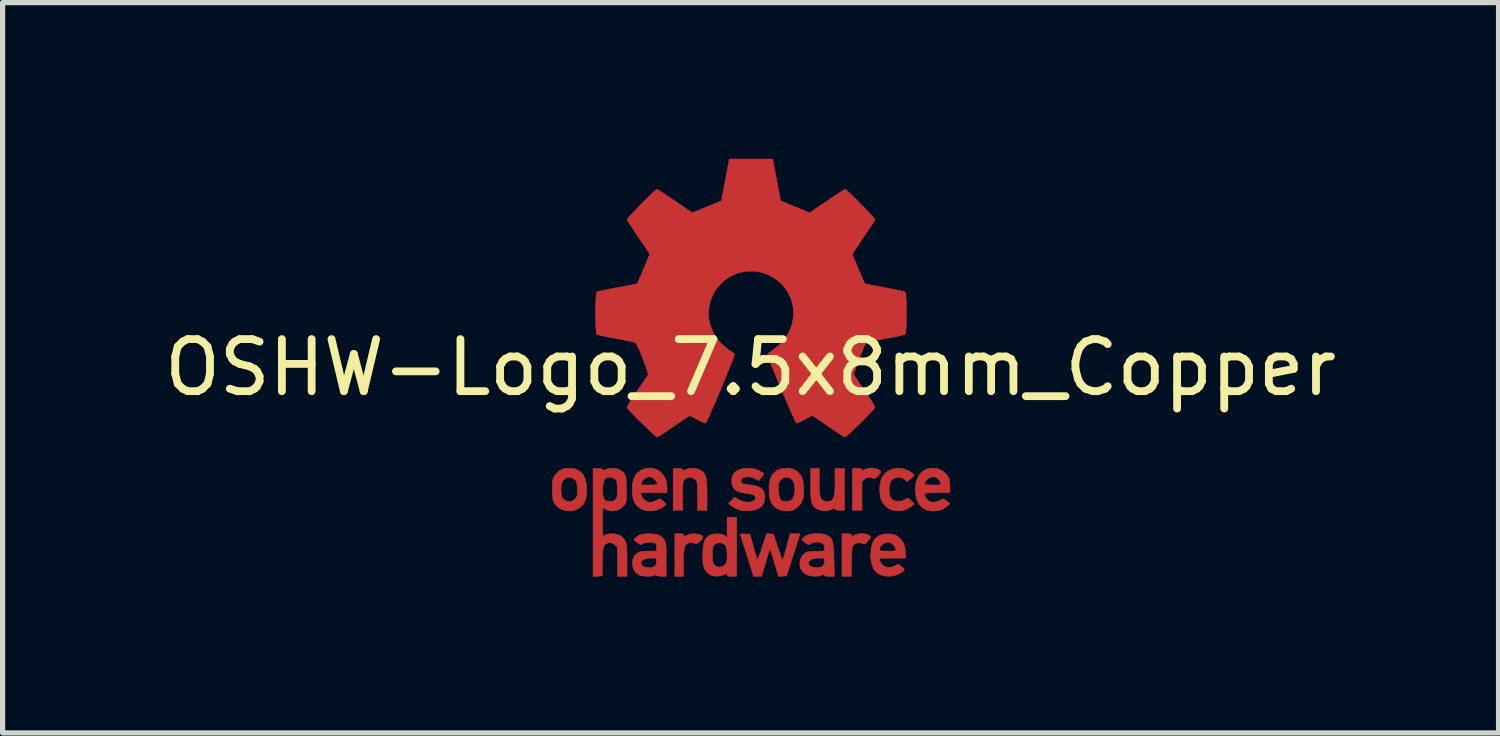
<source format=kicad_pcb>
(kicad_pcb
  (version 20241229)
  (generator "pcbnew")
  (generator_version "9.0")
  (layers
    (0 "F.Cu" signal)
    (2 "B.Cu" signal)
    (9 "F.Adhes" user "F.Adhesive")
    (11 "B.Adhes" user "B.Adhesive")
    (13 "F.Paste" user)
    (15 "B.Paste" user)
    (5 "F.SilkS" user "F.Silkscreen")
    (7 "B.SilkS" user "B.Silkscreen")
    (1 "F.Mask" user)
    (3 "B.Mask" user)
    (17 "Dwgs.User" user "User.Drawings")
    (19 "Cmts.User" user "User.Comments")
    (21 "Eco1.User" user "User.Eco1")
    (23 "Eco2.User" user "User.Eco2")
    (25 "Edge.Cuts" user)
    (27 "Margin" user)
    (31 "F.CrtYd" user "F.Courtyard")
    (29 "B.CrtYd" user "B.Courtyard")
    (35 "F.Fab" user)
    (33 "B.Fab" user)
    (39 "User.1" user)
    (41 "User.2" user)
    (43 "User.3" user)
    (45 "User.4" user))
  (footprint "OSHW-Logo_7.5x8mm_Copper"
    (layer "F.Cu")
    (at 11.363 4.007)
    (property "Reference" "OSHW-Logo_7.5x8mm_Copper" (at 0 0 0) (layer "F.SilkS") (effects (font (size 1 1) (thickness 0.15))))
    (attr board_only exclude_from_pos_files exclude_from_bom allow_missing_courtyard)
    (fp_poly (pts (xy 2.391 1.938) (xy 2.449 1.955) (xy 2.486 1.977) (xy 2.498 1.995) (xy 2.495 2.016) (xy 2.473 2.048) (xy 2.455 2.072) (xy 2.417 2.113) (xy 2.389 2.131) (xy 2.365 2.13) (xy 2.294 2.112) (xy 2.241 2.113) (xy 2.199 2.133) (xy 2.185 2.145) (xy 2.139 2.187) (xy 2.139 2.741) (xy 1.955 2.741) (xy 1.955 1.938) (xy 2.047 1.938) (xy 2.102 1.941) (xy 2.131 1.948) (xy 2.139 1.963) (xy 2.139 1.964) (xy 2.143 1.98) (xy 2.16 1.978) (xy 2.185 1.966) (xy 2.235 1.945) (xy 2.276 1.932) (xy 2.329 1.929) (xy 2.391 1.938)) (stroke (width 0.01) (type solid)) (fill yes) (layer "F.Cu"))
    (fp_poly (pts (xy 2.173 3.191) (xy 2.237 3.204) (xy 2.274 3.223) (xy 2.312 3.254) (xy 2.258 3.323) (xy 2.224 3.365) (xy 2.201 3.385) (xy 2.178 3.389) (xy 2.145 3.378) (xy 2.129 3.373) (xy 2.066 3.364) (xy 2.007 3.382) (xy 1.964 3.423) (xy 1.957 3.436) (xy 1.95 3.47) (xy 1.944 3.533) (xy 1.94 3.621) (xy 1.938 3.729) (xy 1.938 3.744) (xy 1.938 4.011) (xy 1.755 4.011) (xy 1.755 3.192) (xy 1.847 3.192) (xy 1.9 3.193) (xy 1.927 3.199) (xy 1.937 3.213) (xy 1.938 3.226) (xy 1.938 3.261) (xy 1.982 3.226) (xy 2.033 3.203) (xy 2.101 3.191) (xy 2.173 3.191)) (stroke (width 0.01) (type solid)) (fill yes) (layer "F.Cu"))
    (fp_poly (pts (xy -1.32 3.193) (xy -1.295 3.201) (xy -1.287 3.217) (xy -1.287 3.225) (xy -1.285 3.246) (xy -1.275 3.249) (xy -1.248 3.235) (xy -1.232 3.225) (xy -1.182 3.204) (xy -1.122 3.194) (xy -1.059 3.193) (xy -0.999 3.201) (xy -0.951 3.216) (xy -0.92 3.237) (xy -0.914 3.264) (xy -0.917 3.272) (xy -0.94 3.302) (xy -0.974 3.339) (xy -0.98 3.345) (xy -1.013 3.373) (xy -1.042 3.382) (xy -1.081 3.376) (xy -1.097 3.371) (xy -1.146 3.361) (xy -1.181 3.366) (xy -1.211 3.382) (xy -1.237 3.403) (xy -1.257 3.43) (xy -1.271 3.467) (xy -1.28 3.52) (xy -1.285 3.593) (xy -1.287 3.693) (xy -1.287 3.753) (xy -1.287 4.011) (xy -1.454 4.011) (xy -1.454 3.192) (xy -1.37 3.192) (xy -1.32 3.193)) (stroke (width 0.01) (type solid)) (fill yes) (layer "F.Cu"))
    (fp_poly (pts (xy 1.32 2.199) (xy 1.322 2.321) (xy 1.327 2.414) (xy 1.339 2.482) (xy 1.358 2.527) (xy 1.385 2.555) (xy 1.423 2.569) (xy 1.471 2.572) (xy 1.52 2.568) (xy 1.557 2.554) (xy 1.584 2.525) (xy 1.603 2.479) (xy 1.614 2.41) (xy 1.62 2.316) (xy 1.621 2.199) (xy 1.621 1.938) (xy 1.805 1.938) (xy 1.805 2.741) (xy 1.713 2.741) (xy 1.657 2.738) (xy 1.629 2.73) (xy 1.621 2.715) (xy 1.616 2.702) (xy 1.597 2.705) (xy 1.559 2.724) (xy 1.47 2.753) (xy 1.377 2.751) (xy 1.287 2.719) (xy 1.244 2.694) (xy 1.212 2.667) (xy 1.188 2.633) (xy 1.171 2.588) (xy 1.161 2.526) (xy 1.156 2.444) (xy 1.153 2.336) (xy 1.153 2.252) (xy 1.153 1.938) (xy 1.32 1.938) (xy 1.32 2.199)) (stroke (width 0.01) (type solid)) (fill yes) (layer "F.Cu"))
    (fp_poly (pts (xy -1.002 1.952) (xy -0.96 1.972) (xy -0.92 2.001) (xy -0.889 2.034) (xy -0.867 2.076) (xy -0.852 2.132) (xy -0.842 2.207) (xy -0.838 2.305) (xy -0.836 2.431) (xy -0.836 2.444) (xy -0.836 2.741) (xy -1.019 2.741) (xy -1.019 2.467) (xy -1.019 2.366) (xy -1.02 2.292) (xy -1.023 2.241) (xy -1.028 2.207) (xy -1.035 2.184) (xy -1.047 2.167) (xy -1.063 2.15) (xy -1.12 2.113) (xy -1.183 2.106) (xy -1.242 2.129) (xy -1.262 2.147) (xy -1.278 2.163) (xy -1.288 2.18) (xy -1.296 2.204) (xy -1.3 2.24) (xy -1.302 2.294) (xy -1.303 2.371) (xy -1.303 2.464) (xy -1.303 2.741) (xy -1.487 2.741) (xy -1.487 1.938) (xy -1.395 1.938) (xy -1.34 1.941) (xy -1.312 1.948) (xy -1.303 1.963) (xy -1.303 1.964) (xy -1.3 1.979) (xy -1.283 1.977) (xy -1.249 1.961) (xy -1.173 1.937) (xy -1.086 1.934) (xy -1.002 1.952)) (stroke (width 0.01) (type solid)) (fill yes) (layer "F.Cu"))
    (fp_poly (pts (xy 2.947 1.945) (xy 3.043 1.987) (xy 3.074 2.007) (xy 3.113 2.037) (xy 3.137 2.062) (xy 3.142 2.069) (xy 3.13 2.087) (xy 3.099 2.117) (xy 3.074 2.137) (xy 3.007 2.191) (xy 2.954 2.147) (xy 2.913 2.118) (xy 2.873 2.108) (xy 2.827 2.11) (xy 2.754 2.128) (xy 2.704 2.166) (xy 2.674 2.227) (xy 2.66 2.314) (xy 2.66 2.314) (xy 2.661 2.412) (xy 2.68 2.484) (xy 2.717 2.533) (xy 2.742 2.549) (xy 2.809 2.57) (xy 2.881 2.57) (xy 2.943 2.55) (xy 2.958 2.54) (xy 2.995 2.515) (xy 3.024 2.511) (xy 3.055 2.53) (xy 3.089 2.563) (xy 3.144 2.619) (xy 3.083 2.669) (xy 2.99 2.726) (xy 2.884 2.753) (xy 2.774 2.751) (xy 2.701 2.733) (xy 2.617 2.687) (xy 2.549 2.616) (xy 2.518 2.565) (xy 2.493 2.492) (xy 2.481 2.401) (xy 2.481 2.301) (xy 2.493 2.205) (xy 2.517 2.125) (xy 2.521 2.117) (xy 2.578 2.036) (xy 2.655 1.978) (xy 2.746 1.942) (xy 2.846 1.931) (xy 2.947 1.945)) (stroke (width 0.01) (type solid)) (fill yes) (layer "F.Cu"))
    (fp_poly (pts (xy 0.812 1.948) (xy 0.896 1.994) (xy 0.962 2.067) (xy 0.993 2.126) (xy 1.007 2.178) (xy 1.016 2.253) (xy 1.019 2.338) (xy 1.018 2.425) (xy 1.011 2.5) (xy 1.003 2.541) (xy 0.975 2.596) (xy 0.928 2.655) (xy 0.871 2.706) (xy 0.815 2.739) (xy 0.814 2.74) (xy 0.744 2.754) (xy 0.661 2.754) (xy 0.582 2.741) (xy 0.552 2.731) (xy 0.473 2.686) (xy 0.417 2.628) (xy 0.38 2.551) (xy 0.36 2.45) (xy 0.355 2.397) (xy 0.356 2.331) (xy 0.535 2.331) (xy 0.541 2.428) (xy 0.558 2.502) (xy 0.586 2.549) (xy 0.605 2.562) (xy 0.656 2.572) (xy 0.716 2.569) (xy 0.767 2.555) (xy 0.781 2.548) (xy 0.817 2.504) (xy 0.84 2.438) (xy 0.851 2.357) (xy 0.846 2.271) (xy 0.835 2.218) (xy 0.803 2.158) (xy 0.753 2.12) (xy 0.693 2.107) (xy 0.631 2.121) (xy 0.584 2.154) (xy 0.559 2.182) (xy 0.544 2.209) (xy 0.537 2.246) (xy 0.535 2.303) (xy 0.535 2.331) (xy 0.356 2.331) (xy 0.356 2.256) (xy 0.379 2.14) (xy 0.424 2.05) (xy 0.49 1.985) (xy 0.579 1.945) (xy 0.597 1.941) (xy 0.711 1.93) (xy 0.812 1.948)) (stroke (width 0.01) (type solid)) (fill yes) (layer "F.Cu"))
    (fp_poly (pts (xy 0.374 3.195) (xy 0.44 3.2) (xy 0.527 3.459) (xy 0.613 3.718) (xy 0.64 3.626) (xy 0.656 3.569) (xy 0.678 3.493) (xy 0.701 3.408) (xy 0.713 3.363) (xy 0.759 3.192) (xy 0.949 3.192) (xy 0.893 3.371) (xy 0.865 3.46) (xy 0.831 3.566) (xy 0.796 3.677) (xy 0.764 3.777) (xy 0.692 4.002) (xy 0.537 4.012) (xy 0.495 3.874) (xy 0.469 3.787) (xy 0.441 3.692) (xy 0.416 3.608) (xy 0.415 3.605) (xy 0.397 3.548) (xy 0.381 3.509) (xy 0.369 3.495) (xy 0.367 3.496) (xy 0.359 3.519) (xy 0.343 3.568) (xy 0.322 3.637) (xy 0.297 3.719) (xy 0.284 3.764) (xy 0.211 4.011) (xy 0.057 4.011) (xy -0.065 3.622) (xy -0.1 3.513) (xy -0.131 3.414) (xy -0.158 3.33) (xy -0.179 3.265) (xy -0.193 3.224) (xy -0.197 3.212) (xy -0.193 3.199) (xy -0.168 3.194) (xy -0.116 3.195) (xy -0.108 3.195) (xy -0.011 3.2) (xy 0.053 3.434) (xy 0.076 3.519) (xy 0.097 3.594) (xy 0.114 3.653) (xy 0.124 3.687) (xy 0.126 3.693) (xy 0.134 3.686) (xy 0.15 3.653) (xy 0.173 3.596) (xy 0.199 3.522) (xy 0.222 3.454) (xy 0.308 3.19) (xy 0.374 3.195)) (stroke (width 0.01) (type solid)) (fill yes) (layer "F.Cu"))
    (fp_poly (pts (xy -3.373 1.947) (xy -3.286 1.986) (xy -3.219 2.05) (xy -3.174 2.141) (xy -3.149 2.257) (xy -3.148 2.276) (xy -3.146 2.404) (xy -3.164 2.516) (xy -3.2 2.608) (xy -3.22 2.637) (xy -3.287 2.699) (xy -3.372 2.739) (xy -3.468 2.756) (xy -3.566 2.748) (xy -3.64 2.721) (xy -3.704 2.677) (xy -3.756 2.62) (xy -3.757 2.618) (xy -3.778 2.583) (xy -3.792 2.547) (xy -3.8 2.502) (xy -3.805 2.438) (xy -3.807 2.385) (xy -3.808 2.338) (xy -3.641 2.338) (xy -3.64 2.385) (xy -3.634 2.448) (xy -3.623 2.488) (xy -3.604 2.517) (xy -3.587 2.534) (xy -3.524 2.569) (xy -3.459 2.574) (xy -3.398 2.548) (xy -3.367 2.52) (xy -3.345 2.492) (xy -3.332 2.464) (xy -3.327 2.429) (xy -3.326 2.376) (xy -3.328 2.327) (xy -3.332 2.256) (xy -3.338 2.211) (xy -3.348 2.181) (xy -3.366 2.159) (xy -3.381 2.146) (xy -3.44 2.112) (xy -3.505 2.11) (xy -3.559 2.13) (xy -3.605 2.172) (xy -3.632 2.241) (xy -3.641 2.338) (xy -3.808 2.338) (xy -3.809 2.281) (xy -3.806 2.203) (xy -3.796 2.145) (xy -3.778 2.099) (xy -3.75 2.058) (xy -3.74 2.046) (xy -3.676 1.985) (xy -3.607 1.95) (xy -3.523 1.935) (xy -3.482 1.934) (xy -3.373 1.947)) (stroke (width 0.01) (type solid)) (fill yes) (layer "F.Cu"))
    (fp_poly (pts (xy -0.267 4.011) (xy -0.359 4.011) (xy -0.413 4.009) (xy -0.44 4.002) (xy -0.45 3.988) (xy -0.451 3.979) (xy -0.453 3.96) (xy -0.464 3.956) (xy -0.491 3.968) (xy -0.513 3.979) (xy -0.597 4.005) (xy -0.687 4.006) (xy -0.761 3.987) (xy -0.83 3.94) (xy -0.882 3.871) (xy -0.911 3.789) (xy -0.912 3.785) (xy -0.916 3.735) (xy -0.918 3.664) (xy -0.918 3.61) (xy -0.735 3.61) (xy -0.731 3.681) (xy -0.721 3.741) (xy -0.708 3.774) (xy -0.659 3.82) (xy -0.601 3.836) (xy -0.54 3.823) (xy -0.489 3.783) (xy -0.469 3.757) (xy -0.458 3.725) (xy -0.453 3.679) (xy -0.451 3.609) (xy -0.454 3.54) (xy -0.46 3.48) (xy -0.469 3.44) (xy -0.47 3.436) (xy -0.506 3.393) (xy -0.558 3.369) (xy -0.616 3.365) (xy -0.67 3.382) (xy -0.71 3.419) (xy -0.714 3.426) (xy -0.727 3.471) (xy -0.734 3.536) (xy -0.735 3.61) (xy -0.918 3.61) (xy -0.918 3.582) (xy -0.917 3.538) (xy -0.908 3.43) (xy -0.891 3.349) (xy -0.863 3.288) (xy -0.821 3.244) (xy -0.78 3.217) (xy -0.723 3.199) (xy -0.653 3.193) (xy -0.58 3.198) (xy -0.518 3.214) (xy -0.485 3.233) (xy -0.451 3.264) (xy -0.451 2.874) (xy -0.267 2.874) (xy -0.267 4.011)) (stroke (width 0.01) (type solid)) (fill yes) (layer "F.Cu"))
    (fp_poly (pts (xy 3.559 1.936) (xy 3.602 1.946) (xy 3.684 1.984) (xy 3.754 2.042) (xy 3.802 2.112) (xy 3.809 2.128) (xy 3.818 2.168) (xy 3.825 2.229) (xy 3.827 2.29) (xy 3.827 2.406) (xy 3.584 2.406) (xy 3.484 2.407) (xy 3.414 2.409) (xy 3.369 2.415) (xy 3.346 2.426) (xy 3.341 2.445) (xy 3.35 2.472) (xy 3.366 2.504) (xy 3.41 2.558) (xy 3.472 2.584) (xy 3.547 2.583) (xy 3.632 2.554) (xy 3.706 2.519) (xy 3.767 2.567) (xy 3.828 2.615) (xy 3.77 2.668) (xy 3.694 2.718) (xy 3.599 2.749) (xy 3.498 2.757) (xy 3.4 2.742) (xy 3.384 2.737) (xy 3.298 2.692) (xy 3.234 2.625) (xy 3.19 2.533) (xy 3.166 2.416) (xy 3.166 2.414) (xy 3.164 2.286) (xy 3.172 2.24) (xy 3.342 2.24) (xy 3.358 2.247) (xy 3.4 2.252) (xy 3.462 2.255) (xy 3.502 2.256) (xy 3.576 2.256) (xy 3.622 2.254) (xy 3.646 2.249) (xy 3.654 2.24) (xy 3.652 2.224) (xy 3.65 2.218) (xy 3.621 2.163) (xy 3.574 2.118) (xy 3.532 2.098) (xy 3.477 2.099) (xy 3.421 2.124) (xy 3.374 2.165) (xy 3.346 2.214) (xy 3.342 2.24) (xy 3.172 2.24) (xy 3.185 2.173) (xy 3.228 2.079) (xy 3.289 2.005) (xy 3.366 1.955) (xy 3.457 1.931) (xy 3.559 1.936)) (stroke (width 0.01) (type solid)) (fill yes) (layer "F.Cu"))
    (fp_poly (pts (xy 0.019 1.936) (xy 0.082 1.948) (xy 0.148 1.973) (xy 0.155 1.976) (xy 0.204 2.002) (xy 0.239 2.026) (xy 0.25 2.042) (xy 0.239 2.067) (xy 0.214 2.105) (xy 0.202 2.119) (xy 0.155 2.174) (xy 0.094 2.138) (xy 0.036 2.114) (xy -0.03 2.101) (xy -0.095 2.101) (xy -0.144 2.113) (xy -0.156 2.12) (xy -0.179 2.154) (xy -0.182 2.194) (xy -0.165 2.225) (xy -0.155 2.231) (xy -0.124 2.238) (xy -0.072 2.247) (xy -0.006 2.255) (xy 0.006 2.257) (xy 0.11 2.275) (xy 0.186 2.306) (xy 0.237 2.352) (xy 0.265 2.416) (xy 0.273 2.495) (xy 0.261 2.585) (xy 0.222 2.655) (xy 0.156 2.707) (xy 0.062 2.739) (xy -0.042 2.752) (xy -0.127 2.752) (xy -0.195 2.74) (xy -0.242 2.724) (xy -0.302 2.696) (xy -0.356 2.664) (xy -0.376 2.65) (xy -0.426 2.609) (xy -0.305 2.486) (xy -0.236 2.532) (xy -0.168 2.566) (xy -0.094 2.584) (xy -0.023 2.586) (xy 0.037 2.572) (xy 0.08 2.543) (xy 0.093 2.518) (xy 0.091 2.479) (xy 0.057 2.449) (xy -0.009 2.428) (xy -0.081 2.418) (xy -0.192 2.4) (xy -0.275 2.365) (xy -0.33 2.313) (xy -0.359 2.243) (xy -0.363 2.16) (xy -0.343 2.073) (xy -0.298 2.007) (xy -0.228 1.962) (xy -0.131 1.938) (xy -0.06 1.933) (xy 0.019 1.936)) (stroke (width 0.01) (type solid)) (fill yes) (layer "F.Cu"))
    (fp_poly (pts (xy 2.701 3.196) (xy 2.781 3.217) (xy 2.848 3.26) (xy 2.88 3.292) (xy 2.933 3.367) (xy 2.964 3.455) (xy 2.974 3.563) (xy 2.974 3.572) (xy 2.974 3.66) (xy 2.47 3.66) (xy 2.48 3.706) (xy 2.5 3.747) (xy 2.534 3.791) (xy 2.541 3.797) (xy 2.602 3.835) (xy 2.672 3.841) (xy 2.752 3.817) (xy 2.766 3.81) (xy 2.807 3.79) (xy 2.835 3.778) (xy 2.84 3.777) (xy 2.857 3.788) (xy 2.89 3.813) (xy 2.906 3.827) (xy 2.94 3.858) (xy 2.951 3.879) (xy 2.944 3.899) (xy 2.94 3.904) (xy 2.911 3.927) (xy 2.865 3.955) (xy 2.832 3.971) (xy 2.74 4) (xy 2.638 4.009) (xy 2.542 3.998) (xy 2.515 3.99) (xy 2.431 3.946) (xy 2.369 3.877) (xy 2.329 3.783) (xy 2.309 3.663) (xy 2.307 3.601) (xy 2.313 3.51) (xy 2.473 3.51) (xy 2.489 3.517) (xy 2.53 3.522) (xy 2.591 3.525) (xy 2.632 3.526) (xy 2.706 3.525) (xy 2.752 3.523) (xy 2.778 3.517) (xy 2.789 3.507) (xy 2.791 3.493) (xy 2.776 3.448) (xy 2.74 3.403) (xy 2.693 3.369) (xy 2.645 3.355) (xy 2.581 3.368) (xy 2.525 3.403) (xy 2.486 3.455) (xy 2.473 3.51) (xy 2.313 3.51) (xy 2.316 3.469) (xy 2.344 3.363) (xy 2.393 3.284) (xy 2.462 3.23) (xy 2.552 3.2) (xy 2.6 3.195) (xy 2.701 3.196)) (stroke (width 0.01) (type solid)) (fill yes) (layer "F.Cu"))
    (fp_poly (pts (xy -1.803 1.957) (xy -1.786 1.965) (xy -1.729 2.007) (xy -1.674 2.069) (xy -1.634 2.137) (xy -1.622 2.168) (xy -1.611 2.223) (xy -1.605 2.291) (xy -1.604 2.319) (xy -1.604 2.406) (xy -2.109 2.406) (xy -2.098 2.452) (xy -2.072 2.507) (xy -2.026 2.554) (xy -1.971 2.584) (xy -1.936 2.59) (xy -1.888 2.583) (xy -1.832 2.563) (xy -1.812 2.555) (xy -1.741 2.519) (xy -1.68 2.565) (xy -1.645 2.597) (xy -1.627 2.623) (xy -1.626 2.63) (xy -1.643 2.649) (xy -1.679 2.677) (xy -1.712 2.698) (xy -1.802 2.738) (xy -1.902 2.755) (xy -2.001 2.751) (xy -2.08 2.727) (xy -2.162 2.675) (xy -2.22 2.607) (xy -2.256 2.519) (xy -2.273 2.407) (xy -2.274 2.356) (xy -2.269 2.239) (xy -2.268 2.236) (xy -2.101 2.236) (xy -2.096 2.247) (xy -2.077 2.253) (xy -2.038 2.255) (xy -1.973 2.256) (xy -1.948 2.256) (xy -1.872 2.255) (xy -1.824 2.252) (xy -1.798 2.245) (xy -1.788 2.235) (xy -1.788 2.231) (xy -1.799 2.204) (xy -1.825 2.166) (xy -1.836 2.153) (xy -1.878 2.115) (xy -1.922 2.1) (xy -1.945 2.099) (xy -2.009 2.114) (xy -2.062 2.156) (xy -2.096 2.216) (xy -2.097 2.218) (xy -2.101 2.236) (xy -2.268 2.236) (xy -2.249 2.147) (xy -2.214 2.073) (xy -2.171 2.021) (xy -2.092 1.964) (xy -1.999 1.934) (xy -1.9 1.931) (xy -1.803 1.957)) (stroke (width 0.01) (type solid)) (fill yes) (layer "F.Cu"))
    (fp_poly (pts (xy 1.38 3.197) (xy 1.45 3.214) (xy 1.471 3.223) (xy 1.51 3.247) (xy 1.541 3.273) (xy 1.563 3.308) (xy 1.579 3.354) (xy 1.589 3.418) (xy 1.596 3.503) (xy 1.6 3.614) (xy 1.601 3.689) (xy 1.607 4.011) (xy 1.514 4.011) (xy 1.457 4.008) (xy 1.428 4) (xy 1.42 3.986) (xy 1.416 3.972) (xy 1.399 3.975) (xy 1.374 3.986) (xy 1.314 4.004) (xy 1.236 4.009) (xy 1.154 4.001) (xy 1.081 3.981) (xy 1.075 3.978) (xy 1.008 3.931) (xy 0.964 3.866) (xy 0.944 3.791) (xy 0.946 3.763) (xy 1.11 3.763) (xy 1.125 3.8) (xy 1.168 3.826) (xy 1.237 3.84) (xy 1.274 3.842) (xy 1.336 3.837) (xy 1.377 3.819) (xy 1.387 3.81) (xy 1.414 3.762) (xy 1.42 3.718) (xy 1.42 3.66) (xy 1.339 3.66) (xy 1.244 3.664) (xy 1.178 3.68) (xy 1.136 3.706) (xy 1.126 3.718) (xy 1.11 3.763) (xy 0.946 3.763) (xy 0.949 3.711) (xy 0.979 3.635) (xy 1.02 3.584) (xy 1.045 3.561) (xy 1.069 3.547) (xy 1.101 3.538) (xy 1.148 3.533) (xy 1.218 3.53) (xy 1.246 3.529) (xy 1.42 3.523) (xy 1.42 3.47) (xy 1.413 3.415) (xy 1.389 3.381) (xy 1.34 3.36) (xy 1.338 3.359) (xy 1.268 3.351) (xy 1.2 3.362) (xy 1.149 3.389) (xy 1.129 3.402) (xy 1.107 3.4) (xy 1.073 3.381) (xy 1.053 3.367) (xy 1.014 3.338) (xy 0.99 3.317) (xy 0.986 3.311) (xy 1.002 3.279) (xy 1.049 3.24) (xy 1.069 3.227) (xy 1.128 3.205) (xy 1.207 3.192) (xy 1.295 3.19) (xy 1.38 3.197)) (stroke (width 0.01) (type solid)) (fill yes) (layer "F.Cu"))
    (fp_poly (pts (xy -1.84 3.198) (xy -1.761 3.219) (xy -1.701 3.257) (xy -1.659 3.307) (xy -1.646 3.328) (xy -1.636 3.35) (xy -1.629 3.379) (xy -1.625 3.419) (xy -1.622 3.475) (xy -1.621 3.554) (xy -1.621 3.659) (xy -1.621 3.687) (xy -1.621 4.011) (xy -1.701 4.011) (xy -1.752 4.007) (xy -1.79 3.998) (xy -1.8 3.992) (xy -1.826 3.983) (xy -1.852 3.992) (xy -1.896 4.004) (xy -1.959 4.009) (xy -2.029 4.007) (xy -2.093 3.998) (xy -2.131 3.987) (xy -2.203 3.94) (xy -2.248 3.876) (xy -2.269 3.79) (xy -2.269 3.788) (xy -2.267 3.75) (xy -2.106 3.75) (xy -2.091 3.793) (xy -2.068 3.817) (xy -2.022 3.836) (xy -1.961 3.843) (xy -1.899 3.84) (xy -1.849 3.825) (xy -1.835 3.816) (xy -1.811 3.773) (xy -1.805 3.724) (xy -1.805 3.66) (xy -1.897 3.66) (xy -1.985 3.666) (xy -2.052 3.686) (xy -2.093 3.715) (xy -2.106 3.75) (xy -2.267 3.75) (xy -2.265 3.694) (xy -2.234 3.62) (xy -2.175 3.564) (xy -2.167 3.559) (xy -2.133 3.542) (xy -2.09 3.532) (xy -2.03 3.527) (xy -1.959 3.526) (xy -1.805 3.526) (xy -1.805 3.461) (xy -1.811 3.411) (xy -1.828 3.377) (xy -1.83 3.375) (xy -1.867 3.361) (xy -1.923 3.355) (xy -1.986 3.358) (xy -2.04 3.369) (xy -2.073 3.385) (xy -2.091 3.398) (xy -2.109 3.4) (xy -2.135 3.39) (xy -2.174 3.363) (xy -2.232 3.318) (xy -2.238 3.314) (xy -2.235 3.299) (xy -2.212 3.273) (xy -2.177 3.244) (xy -2.139 3.22) (xy -2.127 3.214) (xy -2.083 3.203) (xy -2.019 3.195) (xy -1.947 3.192) (xy -1.943 3.192) (xy -1.84 3.198)) (stroke (width 0.01) (type solid)) (fill yes) (layer "F.Cu"))
    (fp_poly (pts (xy -2.537 1.952) (xy -2.501 1.97) (xy -2.458 2) (xy -2.426 2.033) (xy -2.405 2.075) (xy -2.391 2.131) (xy -2.384 2.206) (xy -2.381 2.307) (xy -2.381 2.351) (xy -2.382 2.446) (xy -2.384 2.514) (xy -2.387 2.561) (xy -2.394 2.594) (xy -2.405 2.618) (xy -2.416 2.634) (xy -2.485 2.703) (xy -2.567 2.745) (xy -2.656 2.757) (xy -2.745 2.739) (xy -2.773 2.726) (xy -2.841 2.691) (xy -2.841 3.243) (xy -2.791 3.217) (xy -2.727 3.197) (xy -2.647 3.192) (xy -2.567 3.202) (xy -2.507 3.223) (xy -2.457 3.263) (xy -2.414 3.32) (xy -2.411 3.326) (xy -2.397 3.353) (xy -2.387 3.381) (xy -2.381 3.415) (xy -2.376 3.46) (xy -2.374 3.523) (xy -2.373 3.608) (xy -2.373 3.704) (xy -2.373 4.011) (xy -2.557 4.011) (xy -2.557 3.445) (xy -2.608 3.402) (xy -2.662 3.367) (xy -2.712 3.361) (xy -2.763 3.377) (xy -2.79 3.393) (xy -2.81 3.416) (xy -2.825 3.45) (xy -2.834 3.5) (xy -2.84 3.572) (xy -2.844 3.67) (xy -2.845 3.735) (xy -2.849 4.002) (xy -2.937 4.007) (xy -3.025 4.012) (xy -3.025 2.353) (xy -2.841 2.353) (xy -2.836 2.446) (xy -2.82 2.51) (xy -2.791 2.55) (xy -2.745 2.569) (xy -2.699 2.573) (xy -2.646 2.569) (xy -2.612 2.551) (xy -2.59 2.528) (xy -2.573 2.502) (xy -2.563 2.474) (xy -2.558 2.434) (xy -2.558 2.375) (xy -2.559 2.325) (xy -2.563 2.251) (xy -2.568 2.202) (xy -2.577 2.17) (xy -2.591 2.15) (xy -2.605 2.137) (xy -2.661 2.111) (xy -2.727 2.107) (xy -2.765 2.116) (xy -2.803 2.148) (xy -2.827 2.211) (xy -2.84 2.304) (xy -2.841 2.353) (xy -3.025 2.353) (xy -3.025 1.938) (xy -2.933 1.938) (xy -2.878 1.941) (xy -2.849 1.948) (xy -2.841 1.963) (xy -2.841 1.964) (xy -2.837 1.979) (xy -2.82 1.977) (xy -2.786 1.961) (xy -2.708 1.936) (xy -2.62 1.933) (xy -2.537 1.952)) (stroke (width 0.01) (type solid)) (fill yes) (layer "F.Cu"))
    (fp_poly (pts (xy 0.501 -3.601) (xy 0.577 -3.201) (xy 1.134 -2.971) (xy 1.468 -3.198) (xy 1.562 -3.262) (xy 1.647 -3.318) (xy 1.718 -3.365) (xy 1.773 -3.4) (xy 1.807 -3.421) (xy 1.817 -3.426) (xy 1.833 -3.414) (xy 1.869 -3.382) (xy 1.919 -3.335) (xy 1.981 -3.274) (xy 2.049 -3.206) (xy 2.121 -3.134) (xy 2.191 -3.062) (xy 2.257 -2.994) (xy 2.313 -2.934) (xy 2.357 -2.886) (xy 2.383 -2.854) (xy 2.39 -2.844) (xy 2.38 -2.824) (xy 2.355 -2.781) (xy 2.316 -2.72) (xy 2.265 -2.643) (xy 2.206 -2.556) (xy 2.172 -2.506) (xy 2.11 -2.415) (xy 2.055 -2.333) (xy 2.01 -2.264) (xy 1.976 -2.212) (xy 1.958 -2.181) (xy 1.955 -2.174) (xy 1.961 -2.156) (xy 1.978 -2.113) (xy 2.004 -2.051) (xy 2.035 -1.977) (xy 2.069 -1.897) (xy 2.103 -1.816) (xy 2.136 -1.741) (xy 2.163 -1.677) (xy 2.184 -1.632) (xy 2.195 -1.61) (xy 2.195 -1.609) (xy 2.212 -1.605) (xy 2.257 -1.596) (xy 2.326 -1.582) (xy 2.414 -1.565) (xy 2.515 -1.546) (xy 2.575 -1.535) (xy 2.683 -1.514) (xy 2.781 -1.495) (xy 2.864 -1.477) (xy 2.926 -1.463) (xy 2.963 -1.453) (xy 2.97 -1.449) (xy 2.978 -1.427) (xy 2.983 -1.378) (xy 2.988 -1.307) (xy 2.991 -1.219) (xy 2.993 -1.122) (xy 2.993 -1.02) (xy 2.992 -0.919) (xy 2.989 -0.825) (xy 2.985 -0.745) (xy 2.98 -0.683) (xy 2.974 -0.646) (xy 2.97 -0.638) (xy 2.946 -0.629) (xy 2.896 -0.615) (xy 2.827 -0.6) (xy 2.744 -0.583) (xy 2.715 -0.578) (xy 2.576 -0.552) (xy 2.465 -0.532) (xy 2.381 -0.515) (xy 2.319 -0.502) (xy 2.274 -0.492) (xy 2.245 -0.483) (xy 2.227 -0.475) (xy 2.216 -0.467) (xy 2.214 -0.465) (xy 2.199 -0.44) (xy 2.176 -0.391) (xy 2.148 -0.324) (xy 2.116 -0.246) (xy 2.083 -0.161) (xy 2.051 -0.077) (xy 2.023 0.001) (xy 2 0.067) (xy 1.986 0.114) (xy 1.982 0.138) (xy 1.983 0.139) (xy 1.995 0.158) (xy 2.024 0.2) (xy 2.065 0.262) (xy 2.117 0.337) (xy 2.175 0.422) (xy 2.192 0.446) (xy 2.251 0.534) (xy 2.303 0.614) (xy 2.346 0.682) (xy 2.375 0.733) (xy 2.389 0.762) (xy 2.39 0.766) (xy 2.378 0.785) (xy 2.346 0.823) (xy 2.298 0.875) (xy 2.237 0.938) (xy 2.169 1.007) (xy 2.096 1.079) (xy 2.024 1.149) (xy 1.956 1.214) (xy 1.896 1.269) (xy 1.849 1.31) (xy 1.818 1.333) (xy 1.809 1.337) (xy 1.79 1.328) (xy 1.749 1.304) (xy 1.695 1.268) (xy 1.653 1.24) (xy 1.577 1.187) (xy 1.487 1.126) (xy 1.397 1.064) (xy 1.348 1.031) (xy 1.184 0.92) (xy 1.046 0.995) (xy 0.983 1.028) (xy 0.93 1.053) (xy 0.893 1.067) (xy 0.884 1.069) (xy 0.873 1.055) (xy 0.851 1.013) (xy 0.82 0.947) (xy 0.782 0.863) (xy 0.738 0.762) (xy 0.689 0.65) (xy 0.638 0.531) (xy 0.586 0.407) (xy 0.534 0.283) (xy 0.485 0.164) (xy 0.439 0.052) (xy 0.4 -0.049) (xy 0.367 -0.134) (xy 0.343 -0.199) (xy 0.33 -0.241) (xy 0.327 -0.256) (xy 0.345 -0.274) (xy 0.382 -0.304) (xy 0.432 -0.34) (xy 0.437 -0.343) (xy 0.566 -0.446) (xy 0.671 -0.567) (xy 0.749 -0.702) (xy 0.801 -0.846) (xy 0.825 -0.996) (xy 0.82 -1.147) (xy 0.785 -1.297) (xy 0.72 -1.441) (xy 0.701 -1.472) (xy 0.601 -1.599) (xy 0.483 -1.701) (xy 0.352 -1.777) (xy 0.21 -1.827) (xy 0.062 -1.851) (xy -0.087 -1.848) (xy -0.234 -1.817) (xy -0.375 -1.758) (xy -0.505 -1.67) (xy -0.545 -1.634) (xy -0.648 -1.522) (xy -0.723 -1.405) (xy -0.774 -1.273) (xy -0.802 -1.142) (xy -0.809 -0.996) (xy -0.786 -0.848) (xy -0.734 -0.705) (xy -0.657 -0.571) (xy -0.556 -0.452) (xy -0.434 -0.351) (xy -0.418 -0.34) (xy -0.368 -0.306) (xy -0.329 -0.276) (xy -0.311 -0.256) (xy -0.31 -0.256) (xy -0.314 -0.235) (xy -0.33 -0.188) (xy -0.356 -0.118) (xy -0.39 -0.03) (xy -0.431 0.073) (xy -0.477 0.187) (xy -0.527 0.307) (xy -0.579 0.431) (xy -0.631 0.554) (xy -0.682 0.673) (xy -0.73 0.783) (xy -0.773 0.88) (xy -0.81 0.962) (xy -0.84 1.023) (xy -0.86 1.06) (xy -0.868 1.069) (xy -0.892 1.062) (xy -0.938 1.042) (xy -0.997 1.012) (xy -1.029 0.995) (xy -1.167 0.92) (xy -1.331 1.031) (xy -1.415 1.088) (xy -1.507 1.151) (xy -1.593 1.21) (xy -1.636 1.24) (xy -1.697 1.28) (xy -1.748 1.313) (xy -1.783 1.332) (xy -1.795 1.337) (xy -1.812 1.325) (xy -1.849 1.294) (xy -1.902 1.246) (xy -1.969 1.184) (xy -2.045 1.111) (xy -2.093 1.065) (xy -2.178 0.982) (xy -2.251 0.908) (xy -2.309 0.846) (xy -2.351 0.799) (xy -2.371 0.77) (xy -2.373 0.764) (xy -2.364 0.742) (xy -2.338 0.696) (xy -2.299 0.633) (xy -2.249 0.556) (xy -2.192 0.47) (xy -2.175 0.446) (xy -2.115 0.359) (xy -2.062 0.281) (xy -2.017 0.215) (xy -1.985 0.167) (xy -1.968 0.142) (xy -1.966 0.139) (xy -1.968 0.118) (xy -1.982 0.073) (xy -2.003 0.008) (xy -2.031 -0.069) (xy -2.062 -0.152) (xy -2.095 -0.237) (xy -2.128 -0.317) (xy -2.157 -0.385) (xy -2.181 -0.436) (xy -2.197 -0.464) (xy -2.198 -0.465) (xy -2.208 -0.473) (xy -2.224 -0.481) (xy -2.251 -0.49) (xy -2.292 -0.5) (xy -2.351 -0.512) (xy -2.431 -0.528) (xy -2.536 -0.548) (xy -2.669 -0.572) (xy -2.698 -0.578) (xy -2.784 -0.594) (xy -2.859 -0.61) (xy -2.916 -0.625) (xy -2.949 -0.635) (xy -2.953 -0.638) (xy -2.96 -0.66) (xy -2.966 -0.71) (xy -2.971 -0.782) (xy -2.974 -0.869) (xy -2.976 -0.967) (xy -2.976 -1.069) (xy -2.975 -1.169) (xy -2.973 -1.263) (xy -2.969 -1.343) (xy -2.964 -1.405) (xy -2.958 -1.442) (xy -2.954 -1.449) (xy -2.932 -1.457) (xy -2.882 -1.469) (xy -2.809 -1.485) (xy -2.718 -1.504) (xy -2.614 -1.525) (xy -2.558 -1.535) (xy -2.45 -1.555) (xy -2.355 -1.573) (xy -2.275 -1.589) (xy -2.217 -1.6) (xy -2.184 -1.608) (xy -2.179 -1.609) (xy -2.17 -1.627) (xy -2.15 -1.669) (xy -2.123 -1.73) (xy -2.091 -1.804) (xy -2.057 -1.885) (xy -2.023 -1.966) (xy -1.991 -2.041) (xy -1.965 -2.105) (xy -1.947 -2.151) (xy -1.939 -2.174) (xy -1.938 -2.175) (xy -1.948 -2.193) (xy -1.973 -2.234) (xy -2.012 -2.295) (xy -2.063 -2.37) (xy -2.122 -2.457) (xy -2.156 -2.507) (xy -2.218 -2.598) (xy -2.273 -2.681) (xy -2.319 -2.751) (xy -2.352 -2.804) (xy -2.37 -2.837) (xy -2.373 -2.844) (xy -2.362 -2.861) (xy -2.33 -2.897) (xy -2.283 -2.948) (xy -2.224 -3.011) (xy -2.157 -3.08) (xy -2.086 -3.153) (xy -2.014 -3.224) (xy -1.947 -3.291) (xy -1.888 -3.348) (xy -1.841 -3.392) (xy -1.81 -3.419) (xy -1.799 -3.426) (xy -1.782 -3.417) (xy -1.742 -3.391) (xy -1.682 -3.352) (xy -1.606 -3.302) (xy -1.518 -3.243) (xy -1.452 -3.198) (xy -1.117 -2.971) (xy -0.839 -3.086) (xy -0.56 -3.201) (xy -0.484 -3.601) (xy -0.409 -4.002) (xy 0.425 -4.002) (xy 0.501 -3.601)) (stroke (width 0.01) (type solid)) (fill yes) (layer "F.Cu")))
  (gr_rect
    (start -3 -3)
    (end 25.726 11.024)
    (stroke (width 0.1) (type default))
    (fill no)
    (layer "Edge.Cuts")))
</source>
